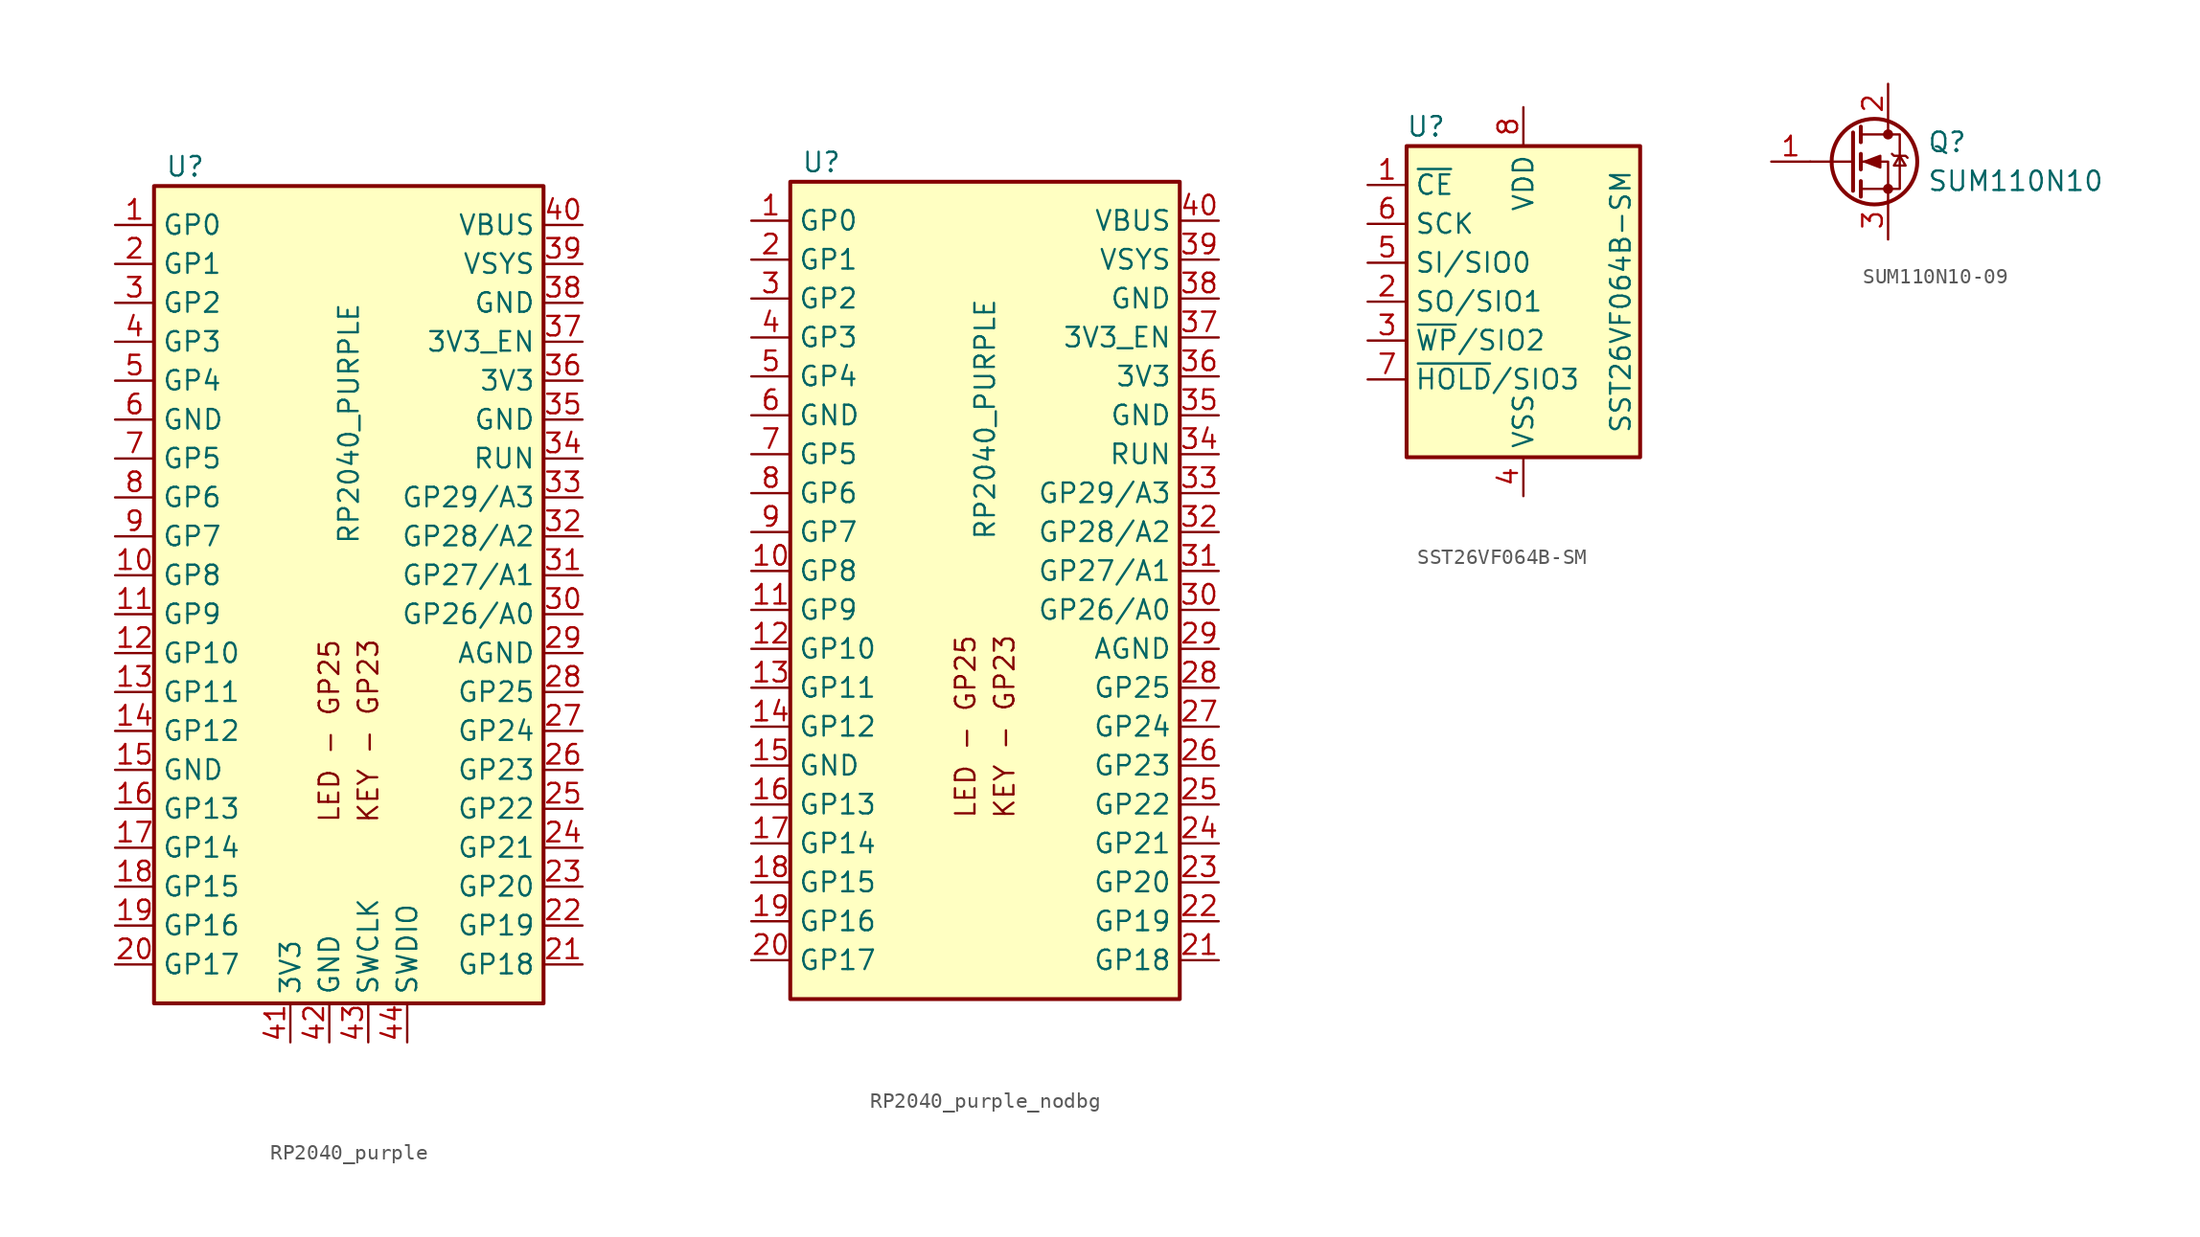
<source format=kicad_sym>
(kicad_symbol_lib
  (version 20241209)
  (generator "kicad_symbol_editor")
  (generator_version "9.0")
  (symbol "RP2040_purple"
    (property "Reference" "U"
      (at -10.668 27.94 0)
      (effects (font (size 1.27 1.27))))
    (property "Value" "RP2040_PURPLE"
      (at 0 11.176 90)
      (effects (font (size 1.27 1.27))))
    (symbol "RP2040_purple_0_0"
      (text "LED - GP25" (at -1.27 -8.89 900) (effects (font (size 1.27 1.27))))
      (text "KEY - GP23" (at 1.27 -8.89 900) (effects (font (size 1.27 1.27)))))
    (symbol "RP2040_purple_1_1"
      (rectangle (start -12.7 26.67) (end 12.7 -26.67) (stroke (width 0.254) (type default)) (fill (type background)))
      (pin passive line (at -15.24 24.13 0) (length 2.54) (name "GP0" (effects (font (size 1.27 1.27)))) (number "1" (effects (font (size 1.27 1.27)))) (alternate "I2C0 SDA" bidirectional line) (alternate "SPI0 RX" bidirectional line) (alternate "UART0 TX" bidirectional line))
      (pin passive line (at -15.24 21.59 0) (length 2.54) (name "GP1" (effects (font (size 1.27 1.27)))) (number "2" (effects (font (size 1.27 1.27)))) (alternate "I2C0 SCL" bidirectional line) (alternate "SPI0 CSn" bidirectional line) (alternate "UART0 RX" bidirectional line))
      (pin passive line (at -15.24 19.05 0) (length 2.54) (name "GP2" (effects (font (size 1.27 1.27)))) (number "3" (effects (font (size 1.27 1.27)))) (alternate "I2C1 SDA" bidirectional line) (alternate "SPI0 SCK" bidirectional line))
      (pin passive line (at -15.24 16.51 0) (length 2.54) (name "GP3" (effects (font (size 1.27 1.27)))) (number "4" (effects (font (size 1.27 1.27)))) (alternate "I2C1 SCL" bidirectional line) (alternate "SPI0 TX" bidirectional line))
      (pin passive line (at -15.24 13.97 0) (length 2.54) (name "GP4" (effects (font (size 1.27 1.27)))) (number "5" (effects (font (size 1.27 1.27)))) (alternate "I2C0 SDA" bidirectional line) (alternate "SPI0 RX" bidirectional line) (alternate "UART1 TX" bidirectional line))
      (pin passive line (at -15.24 11.43 0) (length 2.54) (name "GND" (effects (font (size 1.27 1.27)))) (number "6" (effects (font (size 1.27 1.27)))))
      (pin passive line (at -15.24 8.89 0) (length 2.54) (name "GP5" (effects (font (size 1.27 1.27)))) (number "7" (effects (font (size 1.27 1.27)))) (alternate "I2C0 SCL" bidirectional line) (alternate "SPI0 CSn" bidirectional line) (alternate "UART1 RX" bidirectional line))
      (pin passive line (at -15.24 6.35 0) (length 2.54) (name "GP6" (effects (font (size 1.27 1.27)))) (number "8" (effects (font (size 1.27 1.27)))) (alternate "I2C1 SDA" bidirectional line) (alternate "SPI0 SCK" bidirectional line))
      (pin passive line (at -15.24 3.81 0) (length 2.54) (name "GP7" (effects (font (size 1.27 1.27)))) (number "9" (effects (font (size 1.27 1.27)))) (alternate "I2C1 SCL" bidirectional line) (alternate "SPI0 TX" bidirectional line))
      (pin passive line (at -15.24 1.27 0) (length 2.54) (name "GP8" (effects (font (size 1.27 1.27)))) (number "10" (effects (font (size 1.27 1.27)))) (alternate "I2C0 SDA" bidirectional line) (alternate "SPI1 RX" bidirectional line) (alternate "UART1 TX" bidirectional line))
      (pin passive line (at -15.24 -1.27 0) (length 2.54) (name "GP9" (effects (font (size 1.27 1.27)))) (number "11" (effects (font (size 1.27 1.27)))) (alternate "I2C0 SCL" bidirectional line) (alternate "SPI1 CSn" bidirectional line) (alternate "UART1 RX" bidirectional line))
      (pin passive line (at -15.24 -3.81 0) (length 2.54) (name "GP10" (effects (font (size 1.27 1.27)))) (number "12" (effects (font (size 1.27 1.27)))) (alternate "I2C1 SDA" bidirectional line) (alternate "SPI1 SCK" bidirectional line))
      (pin passive line (at -15.24 -6.35 0) (length 2.54) (name "GP11" (effects (font (size 1.27 1.27)))) (number "13" (effects (font (size 1.27 1.27)))) (alternate "I2C1 SCL" bidirectional line) (alternate "SPI1 TX" bidirectional line))
      (pin passive line (at -15.24 -8.89 0) (length 2.54) (name "GP12" (effects (font (size 1.27 1.27)))) (number "14" (effects (font (size 1.27 1.27)))) (alternate "I2C0 SDA" bidirectional line) (alternate "SPI1 RX" bidirectional line) (alternate "UART0 TX" bidirectional line))
      (pin passive line (at -15.24 -11.43 0) (length 2.54) (name "GND" (effects (font (size 1.27 1.27)))) (number "15" (effects (font (size 1.27 1.27)))))
      (pin passive line (at -15.24 -13.97 0) (length 2.54) (name "GP13" (effects (font (size 1.27 1.27)))) (number "16" (effects (font (size 1.27 1.27)))) (alternate "I2C0 SCL" bidirectional line) (alternate "SPI1 CSn" bidirectional line) (alternate "UART0 RX" bidirectional line))
      (pin passive line (at -15.24 -16.51 0) (length 2.54) (name "GP14" (effects (font (size 1.27 1.27)))) (number "17" (effects (font (size 1.27 1.27)))))
      (pin passive line (at -15.24 -19.05 0) (length 2.54) (name "GP15" (effects (font (size 1.27 1.27)))) (number "18" (effects (font (size 1.27 1.27)))) (alternate "I2C1 SDA" bidirectional line) (alternate "SPI1 SCK" bidirectional line))
      (pin passive line (at -15.24 -21.59 0) (length 2.54) (name "GP16" (effects (font (size 1.27 1.27)))) (number "19" (effects (font (size 1.27 1.27)))) (alternate "I2C1 SCL" bidirectional line) (alternate "SPI1 TX" bidirectional line))
      (pin passive line (at -15.24 -24.13 0) (length 2.54) (name "GP17" (effects (font (size 1.27 1.27)))) (number "20" (effects (font (size 1.27 1.27)))) (alternate "I2C0 SCL" bidirectional line) (alternate "SPI0 CSn" bidirectional line) (alternate "UART0 RX" bidirectional line))
      (pin passive line (at -3.81 -29.21 90) (length 2.54) (name "3V3" (effects (font (size 1.27 1.27)))) (number "41" (effects (font (size 1.27 1.27)))))
      (pin passive line (at -1.27 -29.21 90) (length 2.54) (name "GND" (effects (font (size 1.27 1.27)))) (number "42" (effects (font (size 1.27 1.27)))))
      (pin passive line (at 1.27 -29.21 90) (length 2.54) (name "SWCLK" (effects (font (size 1.27 1.27)))) (number "43" (effects (font (size 1.27 1.27)))))
      (pin passive line (at 3.81 -29.21 90) (length 2.54) (name "SWDIO" (effects (font (size 1.27 1.27)))) (number "44" (effects (font (size 1.27 1.27)))))
      (pin passive line (at 15.24 24.13 180) (length 2.54) (name "VBUS" (effects (font (size 1.27 1.27)))) (number "40" (effects (font (size 1.27 1.27)))))
      (pin passive line (at 15.24 21.59 180) (length 2.54) (name "VSYS" (effects (font (size 1.27 1.27)))) (number "39" (effects (font (size 1.27 1.27)))))
      (pin passive line (at 15.24 19.05 180) (length 2.54) (name "GND" (effects (font (size 1.27 1.27)))) (number "38" (effects (font (size 1.27 1.27)))))
      (pin passive line (at 15.24 16.51 180) (length 2.54) (name "3V3_EN" (effects (font (size 1.27 1.27)))) (number "37" (effects (font (size 1.27 1.27)))))
      (pin passive line (at 15.24 13.97 180) (length 2.54) (name "3V3" (effects (font (size 1.27 1.27)))) (number "36" (effects (font (size 1.27 1.27)))))
      (pin passive line (at 15.24 11.43 180) (length 2.54) (name "GND" (effects (font (size 1.27 1.27)))) (number "35" (effects (font (size 1.27 1.27)))))
      (pin passive line (at 15.24 8.89 180) (length 2.54) (name "RUN" (effects (font (size 1.27 1.27)))) (number "34" (effects (font (size 1.27 1.27)))))
      (pin passive line (at 15.24 6.35 180) (length 2.54) (name "GP29/A3" (effects (font (size 1.27 1.27)))) (number "33" (effects (font (size 1.27 1.27)))))
      (pin passive line (at 15.24 3.81 180) (length 2.54) (name "GP28/A2" (effects (font (size 1.27 1.27)))) (number "32" (effects (font (size 1.27 1.27)))) (alternate "ADC2" bidirectional line))
      (pin passive line (at 15.24 1.27 180) (length 2.54) (name "GP27/A1" (effects (font (size 1.27 1.27)))) (number "31" (effects (font (size 1.27 1.27)))) (alternate "ADC1" bidirectional line) (alternate "I2C1 SCL" bidirectional line))
      (pin passive line (at 15.24 -1.27 180) (length 2.54) (name "GP26/A0" (effects (font (size 1.27 1.27)))) (number "30" (effects (font (size 1.27 1.27)))) (alternate "ADC0" bidirectional line) (alternate "I2C1 SDA" bidirectional line))
      (pin passive line (at 15.24 -3.81 180) (length 2.54) (name "AGND" (effects (font (size 1.27 1.27)))) (number "29" (effects (font (size 1.27 1.27)))))
      (pin passive line (at 15.24 -6.35 180) (length 2.54) (name "GP25" (effects (font (size 1.27 1.27)))) (number "28" (effects (font (size 1.27 1.27)))))
      (pin passive line (at 15.24 -8.89 180) (length 2.54) (name "GP24" (effects (font (size 1.27 1.27)))) (number "27" (effects (font (size 1.27 1.27)))) (alternate "I2C0 SCL" bidirectional line))
      (pin passive line (at 15.24 -11.43 180) (length 2.54) (name "GP23" (effects (font (size 1.27 1.27)))) (number "26" (effects (font (size 1.27 1.27)))) (alternate "I2C0 SDA" bidirectional line))
      (pin passive line (at 15.24 -13.97 180) (length 2.54) (name "GP22" (effects (font (size 1.27 1.27)))) (number "25" (effects (font (size 1.27 1.27)))) (alternate "I2C1 SCL" bidirectional line) (alternate "SPI0 TX" bidirectional line))
      (pin passive line (at 15.24 -16.51 180) (length 2.54) (name "GP21" (effects (font (size 1.27 1.27)))) (number "24" (effects (font (size 1.27 1.27)))) (alternate "I2C1 SDA" bidirectional line) (alternate "SPI0 SCK" bidirectional line))
      (pin passive line (at 15.24 -19.05 180) (length 2.54) (name "GP20" (effects (font (size 1.27 1.27)))) (number "23" (effects (font (size 1.27 1.27)))))
      (pin passive line (at 15.24 -21.59 180) (length 2.54) (name "GP19" (effects (font (size 1.27 1.27)))) (number "22" (effects (font (size 1.27 1.27)))))
      (pin passive line (at 15.24 -24.13 180) (length 2.54) (name "GP18" (effects (font (size 1.27 1.27)))) (number "21" (effects (font (size 1.27 1.27)))) (alternate "I2C0 SDA" bidirectional line) (alternate "SPI0 RX" bidirectional line) (alternate "UART0 TX" bidirectional line))))
  (symbol "RP2040_purple_nodbg"
    (property "Reference" "U"
      (at -10.668 27.94 0)
      (effects (font (size 1.27 1.27))))
    (property "Value" "RP2040_PURPLE"
      (at 0 11.176 90)
      (effects (font (size 1.27 1.27))))
    (symbol "RP2040_purple_nodbg_0_0"
      (text "LED - GP25" (at -1.27 -8.89 900) (effects (font (size 1.27 1.27))))
      (text "KEY - GP23" (at 1.27 -8.89 900) (effects (font (size 1.27 1.27)))))
    (symbol "RP2040_purple_nodbg_1_1"
      (rectangle (start -12.7 26.67) (end 12.7 -26.67) (stroke (width 0.254) (type default)) (fill (type background)))
      (pin passive line (at -15.24 24.13 0) (length 2.54) (name "GP0" (effects (font (size 1.27 1.27)))) (number "1" (effects (font (size 1.27 1.27)))) (alternate "I2C0 SDA" bidirectional line) (alternate "SPI0 RX" bidirectional line) (alternate "UART0 TX" bidirectional line))
      (pin passive line (at -15.24 21.59 0) (length 2.54) (name "GP1" (effects (font (size 1.27 1.27)))) (number "2" (effects (font (size 1.27 1.27)))) (alternate "I2C0 SCL" bidirectional line) (alternate "SPI0 CSn" bidirectional line) (alternate "UART0 RX" bidirectional line))
      (pin passive line (at -15.24 19.05 0) (length 2.54) (name "GP2" (effects (font (size 1.27 1.27)))) (number "3" (effects (font (size 1.27 1.27)))) (alternate "I2C1 SDA" bidirectional line) (alternate "SPI0 SCK" bidirectional line))
      (pin passive line (at -15.24 16.51 0) (length 2.54) (name "GP3" (effects (font (size 1.27 1.27)))) (number "4" (effects (font (size 1.27 1.27)))) (alternate "I2C1 SCL" bidirectional line) (alternate "SPI0 TX" bidirectional line))
      (pin passive line (at -15.24 13.97 0) (length 2.54) (name "GP4" (effects (font (size 1.27 1.27)))) (number "5" (effects (font (size 1.27 1.27)))) (alternate "I2C0 SDA" bidirectional line) (alternate "SPI0 RX" bidirectional line) (alternate "UART1 TX" bidirectional line))
      (pin passive line (at -15.24 11.43 0) (length 2.54) (name "GND" (effects (font (size 1.27 1.27)))) (number "6" (effects (font (size 1.27 1.27)))))
      (pin passive line (at -15.24 8.89 0) (length 2.54) (name "GP5" (effects (font (size 1.27 1.27)))) (number "7" (effects (font (size 1.27 1.27)))) (alternate "I2C0 SCL" bidirectional line) (alternate "SPI0 CSn" bidirectional line) (alternate "UART1 RX" bidirectional line))
      (pin passive line (at -15.24 6.35 0) (length 2.54) (name "GP6" (effects (font (size 1.27 1.27)))) (number "8" (effects (font (size 1.27 1.27)))) (alternate "I2C1 SDA" bidirectional line) (alternate "SPI0 SCK" bidirectional line))
      (pin passive line (at -15.24 3.81 0) (length 2.54) (name "GP7" (effects (font (size 1.27 1.27)))) (number "9" (effects (font (size 1.27 1.27)))) (alternate "I2C1 SCL" bidirectional line) (alternate "SPI0 TX" bidirectional line))
      (pin passive line (at -15.24 1.27 0) (length 2.54) (name "GP8" (effects (font (size 1.27 1.27)))) (number "10" (effects (font (size 1.27 1.27)))) (alternate "I2C0 SDA" bidirectional line) (alternate "SPI1 RX" bidirectional line) (alternate "UART1 TX" bidirectional line))
      (pin passive line (at -15.24 -1.27 0) (length 2.54) (name "GP9" (effects (font (size 1.27 1.27)))) (number "11" (effects (font (size 1.27 1.27)))) (alternate "I2C0 SCL" bidirectional line) (alternate "SPI1 CSn" bidirectional line) (alternate "UART1 RX" bidirectional line))
      (pin passive line (at -15.24 -3.81 0) (length 2.54) (name "GP10" (effects (font (size 1.27 1.27)))) (number "12" (effects (font (size 1.27 1.27)))) (alternate "I2C1 SDA" bidirectional line) (alternate "SPI1 SCK" bidirectional line))
      (pin passive line (at -15.24 -6.35 0) (length 2.54) (name "GP11" (effects (font (size 1.27 1.27)))) (number "13" (effects (font (size 1.27 1.27)))) (alternate "I2C1 SCL" bidirectional line) (alternate "SPI1 TX" bidirectional line))
      (pin passive line (at -15.24 -8.89 0) (length 2.54) (name "GP12" (effects (font (size 1.27 1.27)))) (number "14" (effects (font (size 1.27 1.27)))) (alternate "I2C0 SDA" bidirectional line) (alternate "SPI1 RX" bidirectional line) (alternate "UART0 TX" bidirectional line))
      (pin passive line (at -15.24 -11.43 0) (length 2.54) (name "GND" (effects (font (size 1.27 1.27)))) (number "15" (effects (font (size 1.27 1.27)))))
      (pin passive line (at -15.24 -13.97 0) (length 2.54) (name "GP13" (effects (font (size 1.27 1.27)))) (number "16" (effects (font (size 1.27 1.27)))) (alternate "I2C0 SCL" bidirectional line) (alternate "SPI1 CSn" bidirectional line) (alternate "UART0 RX" bidirectional line))
      (pin passive line (at -15.24 -16.51 0) (length 2.54) (name "GP14" (effects (font (size 1.27 1.27)))) (number "17" (effects (font (size 1.27 1.27)))))
      (pin passive line (at -15.24 -19.05 0) (length 2.54) (name "GP15" (effects (font (size 1.27 1.27)))) (number "18" (effects (font (size 1.27 1.27)))) (alternate "I2C1 SDA" bidirectional line) (alternate "SPI1 SCK" bidirectional line))
      (pin passive line (at -15.24 -21.59 0) (length 2.54) (name "GP16" (effects (font (size 1.27 1.27)))) (number "19" (effects (font (size 1.27 1.27)))) (alternate "I2C1 SCL" bidirectional line) (alternate "SPI1 TX" bidirectional line))
      (pin passive line (at -15.24 -24.13 0) (length 2.54) (name "GP17" (effects (font (size 1.27 1.27)))) (number "20" (effects (font (size 1.27 1.27)))) (alternate "I2C0 SCL" bidirectional line) (alternate "SPI0 CSn" bidirectional line) (alternate "UART0 RX" bidirectional line))
      (pin passive line (at 15.24 24.13 180) (length 2.54) (name "VBUS" (effects (font (size 1.27 1.27)))) (number "40" (effects (font (size 1.27 1.27)))))
      (pin passive line (at 15.24 21.59 180) (length 2.54) (name "VSYS" (effects (font (size 1.27 1.27)))) (number "39" (effects (font (size 1.27 1.27)))))
      (pin passive line (at 15.24 19.05 180) (length 2.54) (name "GND" (effects (font (size 1.27 1.27)))) (number "38" (effects (font (size 1.27 1.27)))))
      (pin passive line (at 15.24 16.51 180) (length 2.54) (name "3V3_EN" (effects (font (size 1.27 1.27)))) (number "37" (effects (font (size 1.27 1.27)))))
      (pin passive line (at 15.24 13.97 180) (length 2.54) (name "3V3" (effects (font (size 1.27 1.27)))) (number "36" (effects (font (size 1.27 1.27)))))
      (pin passive line (at 15.24 11.43 180) (length 2.54) (name "GND" (effects (font (size 1.27 1.27)))) (number "35" (effects (font (size 1.27 1.27)))))
      (pin passive line (at 15.24 8.89 180) (length 2.54) (name "RUN" (effects (font (size 1.27 1.27)))) (number "34" (effects (font (size 1.27 1.27)))))
      (pin passive line (at 15.24 6.35 180) (length 2.54) (name "GP29/A3" (effects (font (size 1.27 1.27)))) (number "33" (effects (font (size 1.27 1.27)))))
      (pin passive line (at 15.24 3.81 180) (length 2.54) (name "GP28/A2" (effects (font (size 1.27 1.27)))) (number "32" (effects (font (size 1.27 1.27)))) (alternate "ADC2" bidirectional line))
      (pin passive line (at 15.24 1.27 180) (length 2.54) (name "GP27/A1" (effects (font (size 1.27 1.27)))) (number "31" (effects (font (size 1.27 1.27)))) (alternate "ADC1" bidirectional line) (alternate "I2C1 SCL" bidirectional line))
      (pin passive line (at 15.24 -1.27 180) (length 2.54) (name "GP26/A0" (effects (font (size 1.27 1.27)))) (number "30" (effects (font (size 1.27 1.27)))) (alternate "ADC0" bidirectional line) (alternate "I2C1 SDA" bidirectional line))
      (pin passive line (at 15.24 -3.81 180) (length 2.54) (name "AGND" (effects (font (size 1.27 1.27)))) (number "29" (effects (font (size 1.27 1.27)))))
      (pin passive line (at 15.24 -6.35 180) (length 2.54) (name "GP25" (effects (font (size 1.27 1.27)))) (number "28" (effects (font (size 1.27 1.27)))))
      (pin passive line (at 15.24 -8.89 180) (length 2.54) (name "GP24" (effects (font (size 1.27 1.27)))) (number "27" (effects (font (size 1.27 1.27)))) (alternate "I2C0 SCL" bidirectional line))
      (pin passive line (at 15.24 -11.43 180) (length 2.54) (name "GP23" (effects (font (size 1.27 1.27)))) (number "26" (effects (font (size 1.27 1.27)))) (alternate "I2C0 SDA" bidirectional line))
      (pin passive line (at 15.24 -13.97 180) (length 2.54) (name "GP22" (effects (font (size 1.27 1.27)))) (number "25" (effects (font (size 1.27 1.27)))) (alternate "I2C1 SCL" bidirectional line) (alternate "SPI0 TX" bidirectional line))
      (pin passive line (at 15.24 -16.51 180) (length 2.54) (name "GP21" (effects (font (size 1.27 1.27)))) (number "24" (effects (font (size 1.27 1.27)))) (alternate "I2C1 SDA" bidirectional line) (alternate "SPI0 SCK" bidirectional line))
      (pin passive line (at 15.24 -19.05 180) (length 2.54) (name "GP20" (effects (font (size 1.27 1.27)))) (number "23" (effects (font (size 1.27 1.27)))))
      (pin passive line (at 15.24 -21.59 180) (length 2.54) (name "GP19" (effects (font (size 1.27 1.27)))) (number "22" (effects (font (size 1.27 1.27)))))
      (pin passive line (at 15.24 -24.13 180) (length 2.54) (name "GP18" (effects (font (size 1.27 1.27)))) (number "21" (effects (font (size 1.27 1.27)))) (alternate "I2C0 SDA" bidirectional line) (alternate "SPI0 RX" bidirectional line) (alternate "UART0 TX" bidirectional line))))
  (symbol "SST26VF064B-SM"
    (property "Reference" "U"
      (at -6.35 11.43 0)
      (do_not_autoplace)
      (effects (font (size 1.27 1.27))))
    (property "Value" "SST26VF064B-SM"
      (at 6.35 0 90)
      (do_not_autoplace)
      (effects (font (size 1.27 1.27))))
    (symbol "SST26VF064B-SM_0_1"
      (rectangle (start -7.62 10.16) (end 7.62 -10.16) (stroke (width 0.254) (type default)) (fill (type background))))
    (symbol "SST26VF064B-SM_1_1"
      (pin input line (at -10.16 7.62 0) (length 2.54) (name "~{CE}" (effects (font (size 1.27 1.27)))) (number "1" (effects (font (size 1.27 1.27)))))
      (pin input line (at -10.16 5.08 0) (length 2.54) (name "SCK" (effects (font (size 1.27 1.27)))) (number "6" (effects (font (size 1.27 1.27)))))
      (pin input line (at -10.16 2.54 0) (length 2.54) (name "SI/SIO0" (effects (font (size 1.27 1.27)))) (number "5" (effects (font (size 1.27 1.27)))))
      (pin output line (at -10.16 0 0) (length 2.54) (name "SO/SIO1" (effects (font (size 1.27 1.27)))) (number "2" (effects (font (size 1.27 1.27)))))
      (pin input line (at -10.16 -2.54 0) (length 2.54) (name "~{WP}/SIO2" (effects (font (size 1.27 1.27)))) (number "3" (effects (font (size 1.27 1.27)))))
      (pin input line (at -10.16 -5.08 0) (length 2.54) (name "~{HOLD}/SIO3" (effects (font (size 1.27 1.27)))) (number "7" (effects (font (size 1.27 1.27)))))
      (pin power_in line (at 0 12.7 270) (length 2.54) (name "VDD" (effects (font (size 1.27 1.27)))) (number "8" (effects (font (size 1.27 1.27)))))
      (pin power_in line (at 0 -12.7 90) (length 2.54) (name "VSS" (effects (font (size 1.27 1.27)))) (number "4" (effects (font (size 1.27 1.27)))))))
  (symbol "SUM110N10-09"
    (pin_names
      (offset 0)
      (hide yes))
    (property "Reference" "Q"
      (at 5.08 1.27 0)
      (effects (font (size 1.27 1.27)) (justify left)))
    (property "Value" "SUM110N10"
      (at 5.08 -1.27 0)
      (effects (font (size 1.27 1.27)) (justify left)))
    (symbol "SUM110N10-09_0_1"
      (polyline (pts (xy 0.254 1.905) (xy 0.254 -1.905)) (stroke (width 0.254) (type default)) (fill (type none)))
      (polyline (pts (xy 0.254 0) (xy -2.54 0)) (stroke (width 0) (type default)) (fill (type none)))
      (polyline (pts (xy 0.762 2.286) (xy 0.762 1.27)) (stroke (width 0.254) (type default)) (fill (type none)))
      (polyline (pts (xy 0.762 0.508) (xy 0.762 -0.508)) (stroke (width 0.254) (type default)) (fill (type none)))
      (polyline (pts (xy 0.762 -1.27) (xy 0.762 -2.286)) (stroke (width 0.254) (type default)) (fill (type none)))
      (polyline (pts (xy 0.762 -1.778) (xy 3.302 -1.778) (xy 3.302 1.778) (xy 0.762 1.778)) (stroke (width 0) (type default)) (fill (type none)))
      (polyline (pts (xy 1.016 0) (xy 2.032 0.381) (xy 2.032 -0.381) (xy 1.016 0)) (stroke (width 0) (type default)) (fill (type outline)))
      (circle (center 1.651 0) (radius 2.794) (stroke (width 0.254) (type default)) (fill (type none)))
      (polyline (pts (xy 2.54 2.54) (xy 2.54 1.778)) (stroke (width 0) (type default)) (fill (type none)))
      (circle (center 2.54 1.778) (radius 0.254) (stroke (width 0) (type default)) (fill (type outline)))
      (circle (center 2.54 -1.778) (radius 0.254) (stroke (width 0) (type default)) (fill (type outline)))
      (polyline (pts (xy 2.54 -2.54) (xy 2.54 0) (xy 0.762 0)) (stroke (width 0) (type default)) (fill (type none)))
      (polyline (pts (xy 2.794 0.508) (xy 2.921 0.381) (xy 3.683 0.381) (xy 3.81 0.254)) (stroke (width 0) (type default)) (fill (type none)))
      (polyline (pts (xy 3.302 0.381) (xy 2.921 -0.254) (xy 3.683 -0.254) (xy 3.302 0.381)) (stroke (width 0) (type default)) (fill (type none))))
    (symbol "SUM110N10-09_1_1"
      (pin input line (at -5.08 0 0) (length 2.54) (name "G" (effects (font (size 1.27 1.27)))) (number "1" (effects (font (size 1.27 1.27)))))
      (pin passive line (at 2.54 5.08 270) (length 2.54) (name "D" (effects (font (size 1.27 1.27)))) (number "2" (effects (font (size 1.27 1.27)))))
      (pin passive line (at 2.54 -5.08 90) (length 2.54) (name "S" (effects (font (size 1.27 1.27)))) (number "3" (effects (font (size 1.27 1.27))))))))
</source>
